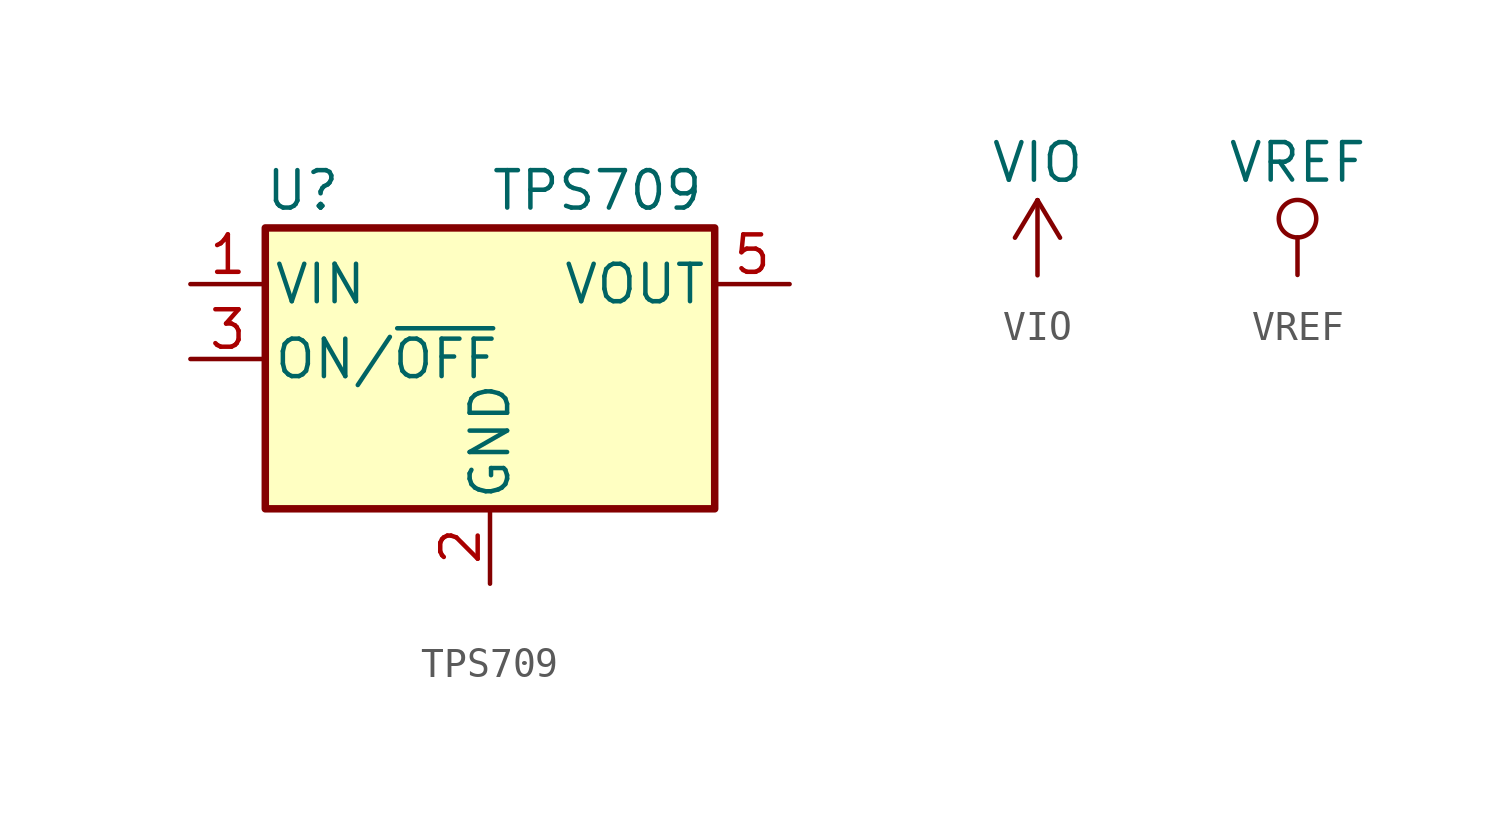
<source format=kicad_sym>
(kicad_symbol_lib
  (version 20231120)
  (generator "kicad_symbol_editor")
  (generator_version "8.0")
  (symbol "TPS709"
    (pin_names
      (offset 0.254))
    (property "Reference" "U"
      (at -6.35 5.715 0)
      (effects (font (size 1.27 1.27))))
    (property "Value" "TPS709"
      (at 0 5.715 0)
      (effects (font (size 1.27 1.27)) (justify left)))
    (symbol "TPS709_0_1"
      (rectangle (start -7.62 -5.08) (end 7.62 4.445) (stroke (width 0.254) (type default)) (fill (type background))))
    (symbol "TPS709_1_1"
      (pin power_in line (at -10.16 2.54 0) (length 2.54) (name "VIN" (effects (font (size 1.27 1.27)))) (number "1" (effects (font (size 1.27 1.27)))))
      (pin power_in line (at 0 -7.62 90) (length 2.54) (name "GND" (effects (font (size 1.27 1.27)))) (number "2" (effects (font (size 1.27 1.27)))))
      (pin input line (at -10.16 0 0) (length 2.54) (name "ON/~{OFF}" (effects (font (size 1.27 1.27)))) (number "3" (effects (font (size 1.27 1.27)))))
      (pin power_out line (at 10.16 2.54 180) (length 2.54) (name "VOUT" (effects (font (size 1.27 1.27)))) (number "5" (effects (font (size 1.27 1.27)))))))
  (symbol "VIO"
    (power)
    (pin_names
      (offset 0))
    (property "Reference" "#PWR"
      (at 0 -3.81 0)
      (effects (font (size 1.27 1.27)) (hide yes)))
    (property "Value" "VIO"
      (at 0 3.81 0)
      (effects (font (size 1.27 1.27))))
    (symbol "VIO_0_1"
      (polyline (pts (xy -0.762 1.27) (xy 0 2.54)) (stroke (width 0) (type default)) (fill (type none)))
      (polyline (pts (xy 0 0) (xy 0 2.54)) (stroke (width 0) (type default)) (fill (type none)))
      (polyline (pts (xy 0 2.54) (xy 0.762 1.27)) (stroke (width 0) (type default)) (fill (type none))))
    (symbol "VIO_1_1"
      (pin power_in line (at 0 0 90) (length 0) hide (name "VIO" (effects (font (size 1.27 1.27)))) (number "1" (effects (font (size 1.27 1.27)))))))
  (symbol "VREF"
    (power)
    (pin_names
      (offset 0))
    (property "Reference" "#PWR"
      (at 0 -3.81 0)
      (effects (font (size 1.27 1.27)) (hide yes)))
    (property "Value" "VREF"
      (at 0 3.81 0)
      (effects (font (size 1.27 1.27))))
    (symbol "VREF_0_1"
      (polyline (pts (xy 0 0) (xy 0 1.27)) (stroke (width 0) (type default)) (fill (type none)))
      (circle (center 0 1.905) (radius 0.635) (stroke (width 0) (type default)) (fill (type none))))
    (symbol "VREF_1_1"
      (pin power_in line (at 0 0 90) (length 0) hide (name "VDDA" (effects (font (size 1.27 1.27)))) (number "1" (effects (font (size 1.27 1.27))))))))
</source>
